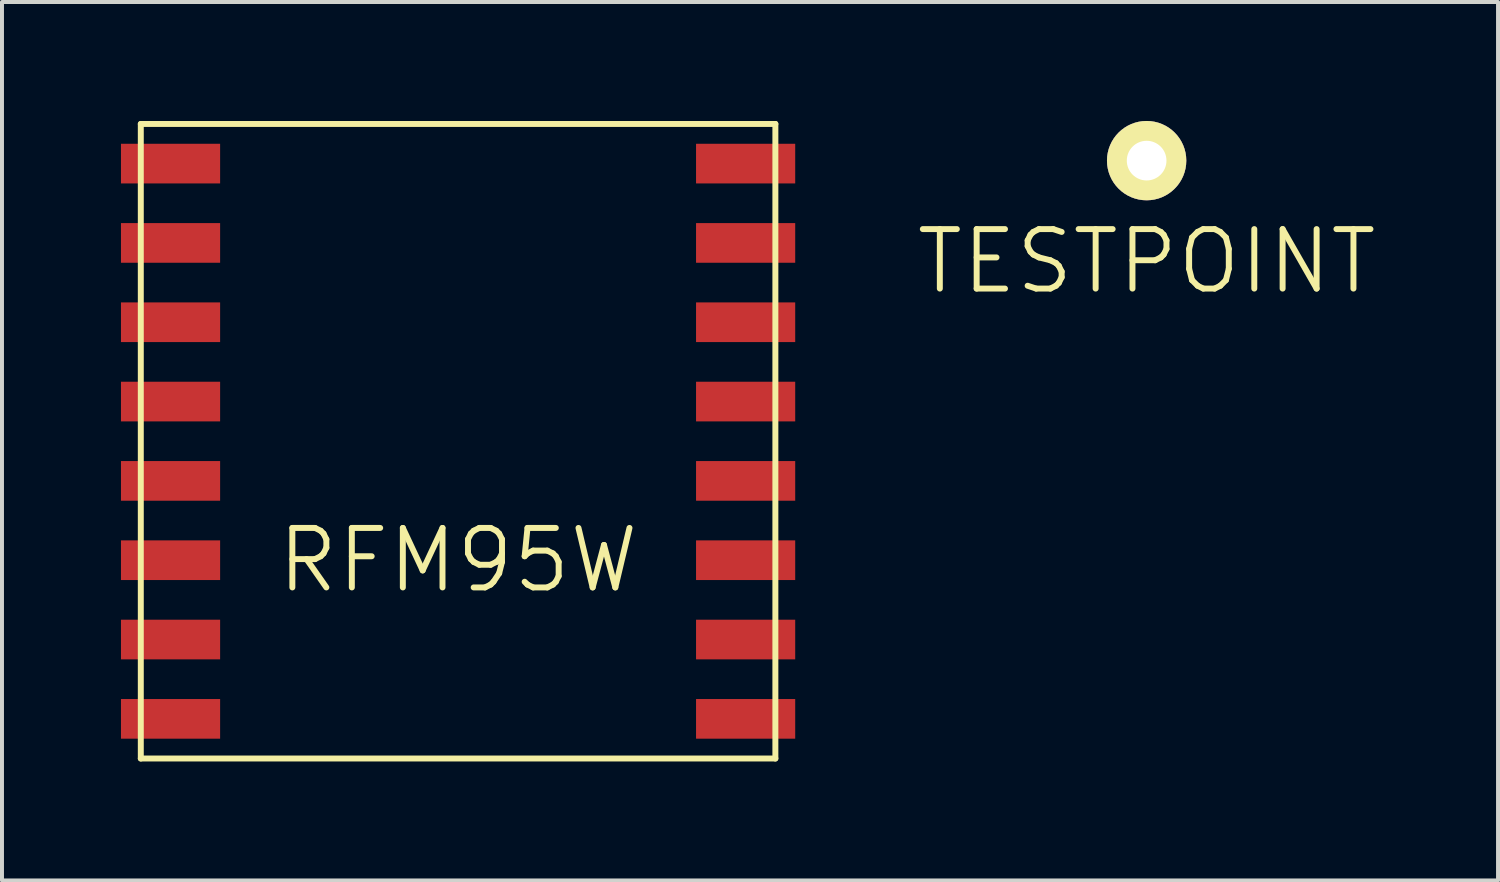
<source format=kicad_pcb>
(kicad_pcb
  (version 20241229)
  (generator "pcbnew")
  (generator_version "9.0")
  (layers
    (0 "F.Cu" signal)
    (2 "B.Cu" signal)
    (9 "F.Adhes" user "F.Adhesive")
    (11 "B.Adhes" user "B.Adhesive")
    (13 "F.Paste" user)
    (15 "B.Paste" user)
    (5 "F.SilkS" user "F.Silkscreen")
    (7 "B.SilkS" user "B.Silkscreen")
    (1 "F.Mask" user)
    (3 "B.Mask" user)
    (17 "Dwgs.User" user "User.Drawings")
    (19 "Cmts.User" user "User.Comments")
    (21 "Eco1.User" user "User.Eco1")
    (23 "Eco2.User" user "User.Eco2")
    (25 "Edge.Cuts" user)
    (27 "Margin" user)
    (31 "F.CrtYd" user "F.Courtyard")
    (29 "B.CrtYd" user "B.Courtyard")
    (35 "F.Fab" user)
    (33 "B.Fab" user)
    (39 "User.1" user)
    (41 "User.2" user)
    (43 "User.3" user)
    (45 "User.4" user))
  (footprint "TESTPOINT"
    (layer "F.Cu")
    (at 25.861 1)
    (property "Reference" "TESTPOINT" (at 0 2.54 0) (layer "F.SilkS") (effects (font (size 1.5 1.5) (thickness 0.15))))
    (attr through_hole)
    (pad "1" thru_hole circle (at 0 0) (size 2 2) (drill 1) (layers "*.Cu" "*.Mask" "F.SilkS")))
  (footprint "RFM95W"
    (layer "F.Cu")
    (at 8.5 8.075)
    (property "Reference" "RFM95W" (at 0 3 0) (layer "F.SilkS") (effects (font (size 1.5 1.5) (thickness 0.15))))
    (attr through_hole)
    (fp_line (start -8 -8) (end 8 -8) (stroke (width 0.15) (type solid)) (layer "F.SilkS"))
    (fp_line (start -8 8) (end -8 -8) (stroke (width 0.15) (type solid)) (layer "F.SilkS"))
    (fp_line (start 8 -8) (end 8 8) (stroke (width 0.15) (type solid)) (layer "F.SilkS"))
    (fp_line (start 8 8) (end -8 8) (stroke (width 0.15) (type solid)) (layer "F.SilkS"))
    (pad "1" smd rect (at -7 -7) (size 2.5 1) (drill (offset -0.25 0)) (layers "F.Cu" "F.Mask" "F.Paste"))
    (pad "2" smd rect (at -7 -5) (size 2.5 1) (drill (offset -0.25 0)) (layers "F.Cu" "F.Mask" "F.Paste"))
    (pad "3" smd rect (at -7 -3) (size 2.5 1) (drill (offset -0.25 0)) (layers "F.Cu" "F.Mask" "F.Paste"))
    (pad "4" smd rect (at -7 -1) (size 2.5 1) (drill (offset -0.25 0)) (layers "F.Cu" "F.Mask" "F.Paste"))
    (pad "5" smd rect (at -7 1) (size 2.5 1) (drill (offset -0.25 0)) (layers "F.Cu" "F.Mask" "F.Paste"))
    (pad "6" smd rect (at -7 3) (size 2.5 1) (drill (offset -0.25 0)) (layers "F.Cu" "F.Mask" "F.Paste"))
    (pad "7" smd rect (at -7 5) (size 2.5 1) (drill (offset -0.25 0)) (layers "F.Cu" "F.Mask" "F.Paste"))
    (pad "8" smd rect (at -7 7) (size 2.5 1) (drill (offset -0.25 0)) (layers "F.Cu" "F.Mask" "F.Paste"))
    (pad "9" smd rect (at 7 7) (size 2.5 1) (drill (offset 0.25 0)) (layers "F.Cu" "F.Mask" "F.Paste"))
    (pad "10" smd rect (at 7 5) (size 2.5 1) (drill (offset 0.25 0)) (layers "F.Cu" "F.Mask" "F.Paste"))
    (pad "11" smd rect (at 7 3) (size 2.5 1) (drill (offset 0.25 0)) (layers "F.Cu" "F.Mask" "F.Paste"))
    (pad "12" smd rect (at 7 1) (size 2.5 1) (drill (offset 0.25 0)) (layers "F.Cu" "F.Mask" "F.Paste"))
    (pad "13" smd rect (at 7 -1) (size 2.5 1) (drill (offset 0.25 0)) (layers "F.Cu" "F.Mask" "F.Paste"))
    (pad "14" smd rect (at 7 -3) (size 2.5 1) (drill (offset 0.25 0)) (layers "F.Cu" "F.Mask" "F.Paste"))
    (pad "15" smd rect (at 7 -5) (size 2.5 1) (drill (offset 0.25 0)) (layers "F.Cu" "F.Mask" "F.Paste"))
    (pad "16" smd rect (at 7 -7) (size 2.5 1) (drill (offset 0.25 0)) (layers "F.Cu" "F.Mask" "F.Paste")))
  (gr_rect
    (start -3 -3)
    (end 34.721 19.15)
    (stroke (width 0.1) (type default))
    (fill no)
    (layer "Edge.Cuts")))
</source>
